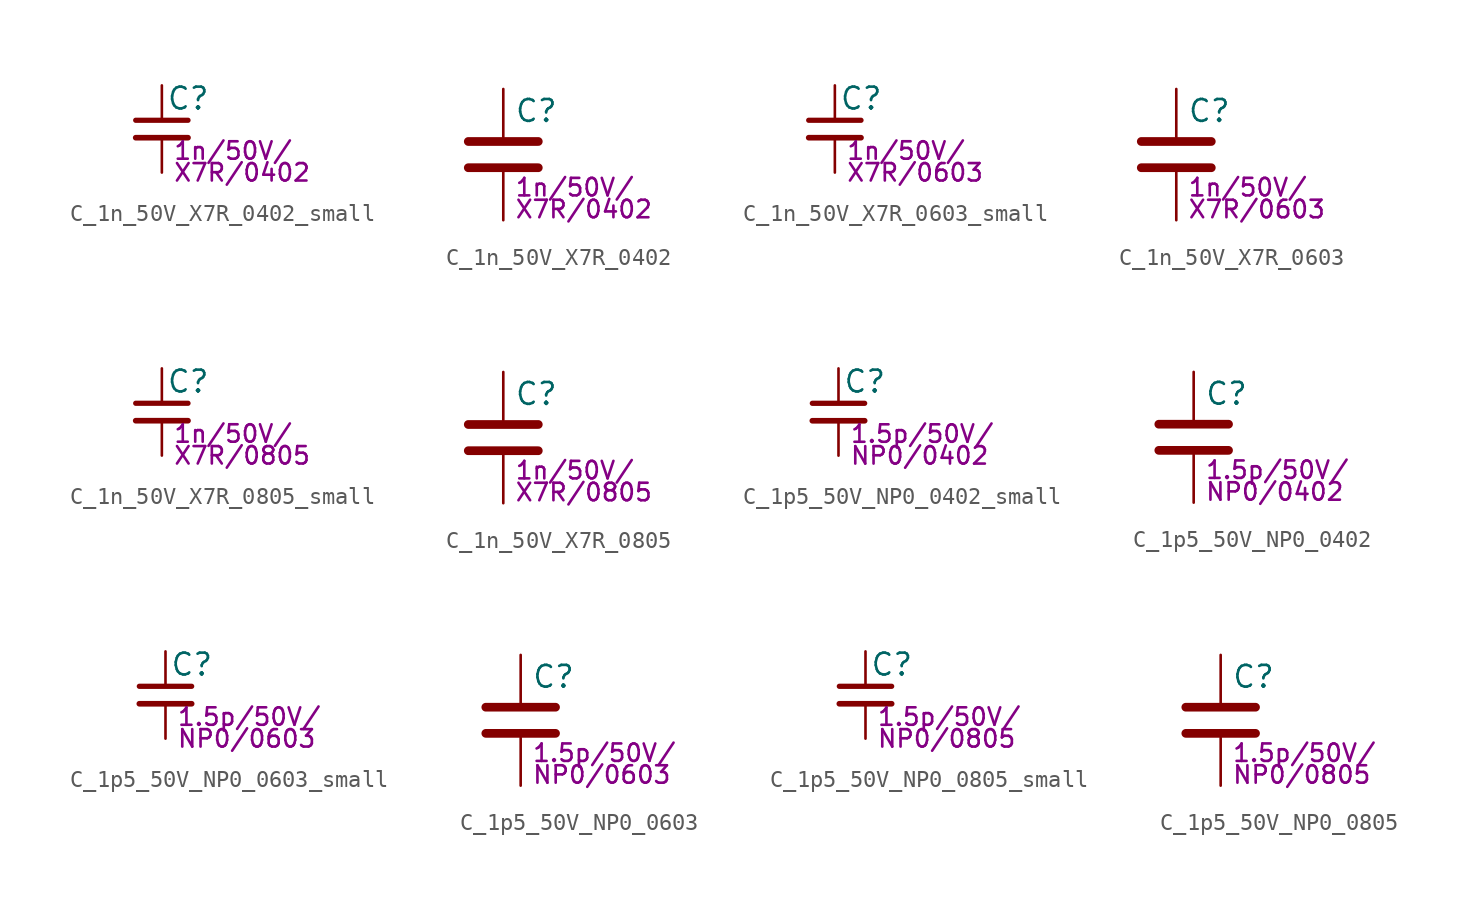
<source format=kicad_sym>
(kicad_symbol_lib
  (version 20211014)
  (generator kicad_symbol_editor)
  (symbol "C_1n_50V_X7R_0402_small"
    (pin_numbers hide)
    (pin_names
      (offset 0.254) hide)
    (property "Reference" "C"
      (at 0.254 1.778 0)
      (effects (font (size 1.27 1.27)) (justify left)))
    (property "Params" "1n/50V/"
      (at 0.635 -1.27 0)
      (effects (font (size 1.016 1.016)) (justify left)))
    (property "Params2" "X7R/0402"
      (at 0.635 -2.54 0)
      (effects (font (size 1.016 1.016)) (justify left)))
    (symbol "C_1n_50V_X7R_0402_small_0_1"
      (polyline (pts (xy -1.524 -0.508) (xy 1.524 -0.508)) (stroke (width 0.33) (type default) (color 0 0 0 0)) (fill (type none)))
      (polyline (pts (xy -1.524 0.508) (xy 1.524 0.508)) (stroke (width 0.305) (type default) (color 0 0 0 0)) (fill (type none))))
    (symbol "C_1n_50V_X7R_0402_small_1_1"
      (pin passive line (at 0 2.54 270) (length 2.032) (name "~" (effects (font (size 1.27 1.27)))) (number "1" (effects (font (size 1.27 1.27)))))
      (pin passive line (at 0 -2.54 90) (length 2.032) (name "~" (effects (font (size 1.27 1.27)))) (number "2" (effects (font (size 1.27 1.27)))))))
  (symbol "C_1n_50V_X7R_0402"
    (pin_numbers hide)
    (pin_names
      (offset 0.254))
    (property "Reference" "C"
      (at 0.635 2.54 0)
      (effects (font (size 1.27 1.27)) (justify left)))
    (property "Params" "1n/50V/"
      (at 0.635 -1.905 0)
      (effects (font (size 1.016 1.016)) (justify left)))
    (property "Params2" "X7R/0402"
      (at 0.635 -3.175 0)
      (effects (font (size 1.016 1.016)) (justify left)))
    (symbol "C_1n_50V_X7R_0402_0_1"
      (polyline (pts (xy -2.032 -0.762) (xy 2.032 -0.762)) (stroke (width 0.508) (type default) (color 0 0 0 0)) (fill (type none)))
      (polyline (pts (xy -2.032 0.762) (xy 2.032 0.762)) (stroke (width 0.508) (type default) (color 0 0 0 0)) (fill (type none))))
    (symbol "C_1n_50V_X7R_0402_1_1"
      (pin passive line (at 0 3.81 270) (length 2.794) (name "~" (effects (font (size 1.27 1.27)))) (number "1" (effects (font (size 1.27 1.27)))))
      (pin passive line (at 0 -3.81 90) (length 2.794) (name "~" (effects (font (size 1.27 1.27)))) (number "2" (effects (font (size 1.27 1.27)))))))
  (symbol "C_1n_50V_X7R_0603_small"
    (pin_numbers hide)
    (pin_names
      (offset 0.254) hide)
    (property "Reference" "C"
      (at 0.254 1.778 0)
      (effects (font (size 1.27 1.27)) (justify left)))
    (property "Params" "1n/50V/"
      (at 0.635 -1.27 0)
      (effects (font (size 1.016 1.016)) (justify left)))
    (property "Params2" "X7R/0603"
      (at 0.635 -2.54 0)
      (effects (font (size 1.016 1.016)) (justify left)))
    (symbol "C_1n_50V_X7R_0603_small_0_1"
      (polyline (pts (xy -1.524 -0.508) (xy 1.524 -0.508)) (stroke (width 0.33) (type default) (color 0 0 0 0)) (fill (type none)))
      (polyline (pts (xy -1.524 0.508) (xy 1.524 0.508)) (stroke (width 0.305) (type default) (color 0 0 0 0)) (fill (type none))))
    (symbol "C_1n_50V_X7R_0603_small_1_1"
      (pin passive line (at 0 2.54 270) (length 2.032) (name "~" (effects (font (size 1.27 1.27)))) (number "1" (effects (font (size 1.27 1.27)))))
      (pin passive line (at 0 -2.54 90) (length 2.032) (name "~" (effects (font (size 1.27 1.27)))) (number "2" (effects (font (size 1.27 1.27)))))))
  (symbol "C_1n_50V_X7R_0603"
    (pin_numbers hide)
    (pin_names
      (offset 0.254))
    (property "Reference" "C"
      (at 0.635 2.54 0)
      (effects (font (size 1.27 1.27)) (justify left)))
    (property "Params" "1n/50V/"
      (at 0.635 -1.905 0)
      (effects (font (size 1.016 1.016)) (justify left)))
    (property "Params2" "X7R/0603"
      (at 0.635 -3.175 0)
      (effects (font (size 1.016 1.016)) (justify left)))
    (symbol "C_1n_50V_X7R_0603_0_1"
      (polyline (pts (xy -2.032 -0.762) (xy 2.032 -0.762)) (stroke (width 0.508) (type default) (color 0 0 0 0)) (fill (type none)))
      (polyline (pts (xy -2.032 0.762) (xy 2.032 0.762)) (stroke (width 0.508) (type default) (color 0 0 0 0)) (fill (type none))))
    (symbol "C_1n_50V_X7R_0603_1_1"
      (pin passive line (at 0 3.81 270) (length 2.794) (name "~" (effects (font (size 1.27 1.27)))) (number "1" (effects (font (size 1.27 1.27)))))
      (pin passive line (at 0 -3.81 90) (length 2.794) (name "~" (effects (font (size 1.27 1.27)))) (number "2" (effects (font (size 1.27 1.27)))))))
  (symbol "C_1n_50V_X7R_0805_small"
    (pin_numbers hide)
    (pin_names
      (offset 0.254) hide)
    (property "Reference" "C"
      (at 0.254 1.778 0)
      (effects (font (size 1.27 1.27)) (justify left)))
    (property "Params" "1n/50V/"
      (at 0.635 -1.27 0)
      (effects (font (size 1.016 1.016)) (justify left)))
    (property "Params2" "X7R/0805"
      (at 0.635 -2.54 0)
      (effects (font (size 1.016 1.016)) (justify left)))
    (symbol "C_1n_50V_X7R_0805_small_0_1"
      (polyline (pts (xy -1.524 -0.508) (xy 1.524 -0.508)) (stroke (width 0.33) (type default) (color 0 0 0 0)) (fill (type none)))
      (polyline (pts (xy -1.524 0.508) (xy 1.524 0.508)) (stroke (width 0.305) (type default) (color 0 0 0 0)) (fill (type none))))
    (symbol "C_1n_50V_X7R_0805_small_1_1"
      (pin passive line (at 0 2.54 270) (length 2.032) (name "~" (effects (font (size 1.27 1.27)))) (number "1" (effects (font (size 1.27 1.27)))))
      (pin passive line (at 0 -2.54 90) (length 2.032) (name "~" (effects (font (size 1.27 1.27)))) (number "2" (effects (font (size 1.27 1.27)))))))
  (symbol "C_1n_50V_X7R_0805"
    (pin_numbers hide)
    (pin_names
      (offset 0.254))
    (property "Reference" "C"
      (at 0.635 2.54 0)
      (effects (font (size 1.27 1.27)) (justify left)))
    (property "Params" "1n/50V/"
      (at 0.635 -1.905 0)
      (effects (font (size 1.016 1.016)) (justify left)))
    (property "Params2" "X7R/0805"
      (at 0.635 -3.175 0)
      (effects (font (size 1.016 1.016)) (justify left)))
    (symbol "C_1n_50V_X7R_0805_0_1"
      (polyline (pts (xy -2.032 -0.762) (xy 2.032 -0.762)) (stroke (width 0.508) (type default) (color 0 0 0 0)) (fill (type none)))
      (polyline (pts (xy -2.032 0.762) (xy 2.032 0.762)) (stroke (width 0.508) (type default) (color 0 0 0 0)) (fill (type none))))
    (symbol "C_1n_50V_X7R_0805_1_1"
      (pin passive line (at 0 3.81 270) (length 2.794) (name "~" (effects (font (size 1.27 1.27)))) (number "1" (effects (font (size 1.27 1.27)))))
      (pin passive line (at 0 -3.81 90) (length 2.794) (name "~" (effects (font (size 1.27 1.27)))) (number "2" (effects (font (size 1.27 1.27)))))))
  (symbol "C_1p5_50V_NP0_0402_small"
    (pin_numbers hide)
    (pin_names
      (offset 0.254) hide)
    (property "Reference" "C"
      (at 0.254 1.778 0)
      (effects (font (size 1.27 1.27)) (justify left)))
    (property "Params" "1.5p/50V/"
      (at 0.635 -1.27 0)
      (effects (font (size 1.016 1.016)) (justify left)))
    (property "Params2" "NP0/0402"
      (at 0.635 -2.54 0)
      (effects (font (size 1.016 1.016)) (justify left)))
    (symbol "C_1p5_50V_NP0_0402_small_0_1"
      (polyline (pts (xy -1.524 -0.508) (xy 1.524 -0.508)) (stroke (width 0.33) (type default) (color 0 0 0 0)) (fill (type none)))
      (polyline (pts (xy -1.524 0.508) (xy 1.524 0.508)) (stroke (width 0.305) (type default) (color 0 0 0 0)) (fill (type none))))
    (symbol "C_1p5_50V_NP0_0402_small_1_1"
      (pin passive line (at 0 2.54 270) (length 2.032) (name "~" (effects (font (size 1.27 1.27)))) (number "1" (effects (font (size 1.27 1.27)))))
      (pin passive line (at 0 -2.54 90) (length 2.032) (name "~" (effects (font (size 1.27 1.27)))) (number "2" (effects (font (size 1.27 1.27)))))))
  (symbol "C_1p5_50V_NP0_0402"
    (pin_numbers hide)
    (pin_names
      (offset 0.254))
    (property "Reference" "C"
      (at 0.635 2.54 0)
      (effects (font (size 1.27 1.27)) (justify left)))
    (property "Params" "1.5p/50V/"
      (at 0.635 -1.905 0)
      (effects (font (size 1.016 1.016)) (justify left)))
    (property "Params2" "NP0/0402"
      (at 0.635 -3.175 0)
      (effects (font (size 1.016 1.016)) (justify left)))
    (symbol "C_1p5_50V_NP0_0402_0_1"
      (polyline (pts (xy -2.032 -0.762) (xy 2.032 -0.762)) (stroke (width 0.508) (type default) (color 0 0 0 0)) (fill (type none)))
      (polyline (pts (xy -2.032 0.762) (xy 2.032 0.762)) (stroke (width 0.508) (type default) (color 0 0 0 0)) (fill (type none))))
    (symbol "C_1p5_50V_NP0_0402_1_1"
      (pin passive line (at 0 3.81 270) (length 2.794) (name "~" (effects (font (size 1.27 1.27)))) (number "1" (effects (font (size 1.27 1.27)))))
      (pin passive line (at 0 -3.81 90) (length 2.794) (name "~" (effects (font (size 1.27 1.27)))) (number "2" (effects (font (size 1.27 1.27)))))))
  (symbol "C_1p5_50V_NP0_0603_small"
    (pin_numbers hide)
    (pin_names
      (offset 0.254) hide)
    (property "Reference" "C"
      (at 0.254 1.778 0)
      (effects (font (size 1.27 1.27)) (justify left)))
    (property "Params" "1.5p/50V/"
      (at 0.635 -1.27 0)
      (effects (font (size 1.016 1.016)) (justify left)))
    (property "Params2" "NP0/0603"
      (at 0.635 -2.54 0)
      (effects (font (size 1.016 1.016)) (justify left)))
    (symbol "C_1p5_50V_NP0_0603_small_0_1"
      (polyline (pts (xy -1.524 -0.508) (xy 1.524 -0.508)) (stroke (width 0.33) (type default) (color 0 0 0 0)) (fill (type none)))
      (polyline (pts (xy -1.524 0.508) (xy 1.524 0.508)) (stroke (width 0.305) (type default) (color 0 0 0 0)) (fill (type none))))
    (symbol "C_1p5_50V_NP0_0603_small_1_1"
      (pin passive line (at 0 2.54 270) (length 2.032) (name "~" (effects (font (size 1.27 1.27)))) (number "1" (effects (font (size 1.27 1.27)))))
      (pin passive line (at 0 -2.54 90) (length 2.032) (name "~" (effects (font (size 1.27 1.27)))) (number "2" (effects (font (size 1.27 1.27)))))))
  (symbol "C_1p5_50V_NP0_0603"
    (pin_numbers hide)
    (pin_names
      (offset 0.254))
    (property "Reference" "C"
      (at 0.635 2.54 0)
      (effects (font (size 1.27 1.27)) (justify left)))
    (property "Params" "1.5p/50V/"
      (at 0.635 -1.905 0)
      (effects (font (size 1.016 1.016)) (justify left)))
    (property "Params2" "NP0/0603"
      (at 0.635 -3.175 0)
      (effects (font (size 1.016 1.016)) (justify left)))
    (symbol "C_1p5_50V_NP0_0603_0_1"
      (polyline (pts (xy -2.032 -0.762) (xy 2.032 -0.762)) (stroke (width 0.508) (type default) (color 0 0 0 0)) (fill (type none)))
      (polyline (pts (xy -2.032 0.762) (xy 2.032 0.762)) (stroke (width 0.508) (type default) (color 0 0 0 0)) (fill (type none))))
    (symbol "C_1p5_50V_NP0_0603_1_1"
      (pin passive line (at 0 3.81 270) (length 2.794) (name "~" (effects (font (size 1.27 1.27)))) (number "1" (effects (font (size 1.27 1.27)))))
      (pin passive line (at 0 -3.81 90) (length 2.794) (name "~" (effects (font (size 1.27 1.27)))) (number "2" (effects (font (size 1.27 1.27)))))))
  (symbol "C_1p5_50V_NP0_0805_small"
    (pin_numbers hide)
    (pin_names
      (offset 0.254) hide)
    (property "Reference" "C"
      (at 0.254 1.778 0)
      (effects (font (size 1.27 1.27)) (justify left)))
    (property "Params" "1.5p/50V/"
      (at 0.635 -1.27 0)
      (effects (font (size 1.016 1.016)) (justify left)))
    (property "Params2" "NP0/0805"
      (at 0.635 -2.54 0)
      (effects (font (size 1.016 1.016)) (justify left)))
    (symbol "C_1p5_50V_NP0_0805_small_0_1"
      (polyline (pts (xy -1.524 -0.508) (xy 1.524 -0.508)) (stroke (width 0.33) (type default) (color 0 0 0 0)) (fill (type none)))
      (polyline (pts (xy -1.524 0.508) (xy 1.524 0.508)) (stroke (width 0.305) (type default) (color 0 0 0 0)) (fill (type none))))
    (symbol "C_1p5_50V_NP0_0805_small_1_1"
      (pin passive line (at 0 2.54 270) (length 2.032) (name "~" (effects (font (size 1.27 1.27)))) (number "1" (effects (font (size 1.27 1.27)))))
      (pin passive line (at 0 -2.54 90) (length 2.032) (name "~" (effects (font (size 1.27 1.27)))) (number "2" (effects (font (size 1.27 1.27)))))))
  (symbol "C_1p5_50V_NP0_0805"
    (pin_numbers hide)
    (pin_names
      (offset 0.254))
    (property "Reference" "C"
      (at 0.635 2.54 0)
      (effects (font (size 1.27 1.27)) (justify left)))
    (property "Params" "1.5p/50V/"
      (at 0.635 -1.905 0)
      (effects (font (size 1.016 1.016)) (justify left)))
    (property "Params2" "NP0/0805"
      (at 0.635 -3.175 0)
      (effects (font (size 1.016 1.016)) (justify left)))
    (symbol "C_1p5_50V_NP0_0805_0_1"
      (polyline (pts (xy -2.032 -0.762) (xy 2.032 -0.762)) (stroke (width 0.508) (type default) (color 0 0 0 0)) (fill (type none)))
      (polyline (pts (xy -2.032 0.762) (xy 2.032 0.762)) (stroke (width 0.508) (type default) (color 0 0 0 0)) (fill (type none))))
    (symbol "C_1p5_50V_NP0_0805_1_1"
      (pin passive line (at 0 3.81 270) (length 2.794) (name "~" (effects (font (size 1.27 1.27)))) (number "1" (effects (font (size 1.27 1.27)))))
      (pin passive line (at 0 -3.81 90) (length 2.794) (name "~" (effects (font (size 1.27 1.27)))) (number "2" (effects (font (size 1.27 1.27))))))))
</source>
